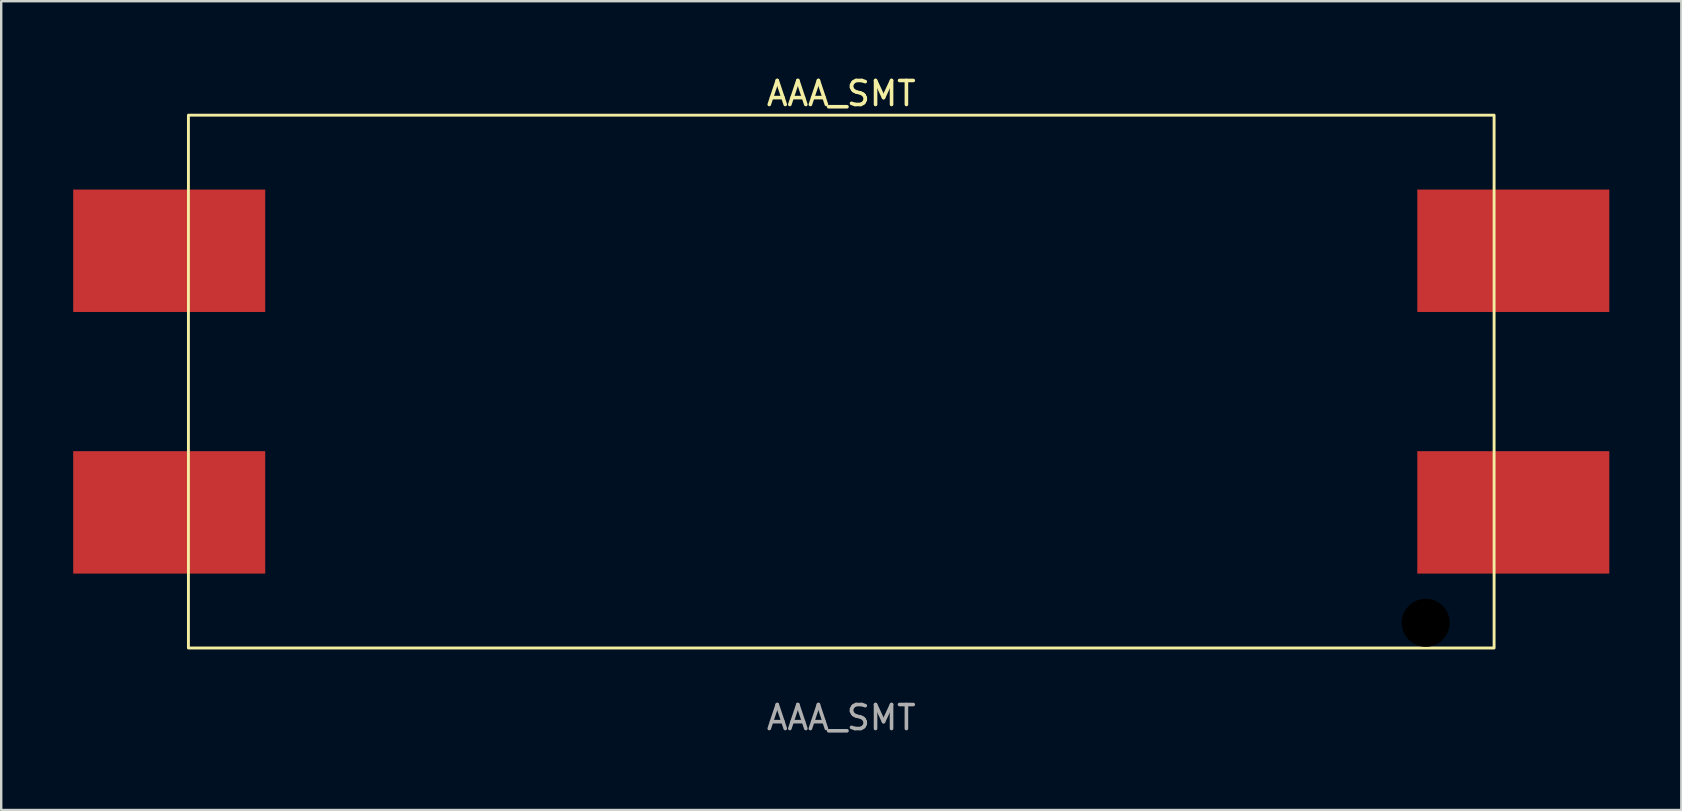
<source format=kicad_pcb>
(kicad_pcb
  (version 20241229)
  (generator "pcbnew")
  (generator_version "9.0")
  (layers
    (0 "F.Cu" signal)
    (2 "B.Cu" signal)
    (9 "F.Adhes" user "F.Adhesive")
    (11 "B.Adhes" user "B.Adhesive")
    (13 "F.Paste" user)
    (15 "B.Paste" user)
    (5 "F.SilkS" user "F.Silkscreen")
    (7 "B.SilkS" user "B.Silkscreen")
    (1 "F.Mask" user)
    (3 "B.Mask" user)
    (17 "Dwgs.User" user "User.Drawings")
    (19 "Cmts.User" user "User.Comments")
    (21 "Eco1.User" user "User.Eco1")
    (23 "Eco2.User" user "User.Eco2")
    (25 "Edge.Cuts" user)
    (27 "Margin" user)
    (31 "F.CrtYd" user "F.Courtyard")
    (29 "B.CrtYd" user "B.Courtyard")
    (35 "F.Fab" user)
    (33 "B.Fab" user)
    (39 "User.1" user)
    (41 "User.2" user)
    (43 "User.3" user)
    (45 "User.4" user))
  (footprint "AAA_SMT"
    (layer "F.Cu")
    (at 32 12.848)
    (property "Reference" "AAA_SMT" (at 0 -12 0) (unlocked yes) (layer "F.SilkS") (effects (font (size 1 1) (thickness 0.15))))
    (attr smd)
    (fp_rect (start -27.2 -11.1) (end 27.2 11.1) (stroke (width 0.12) (type solid)) (fill no) (layer "F.SilkS"))
    (fp_text user "${REFERENCE}" (at 0 14 0) (unlocked yes) (layer "F.Fab") (effects (font (size 1 1) (thickness 0.15))))
    (pad "" np_thru_hole circle (at 24.35 10.05) (size 2 2) (drill 2) (layers "*.Mask"))
    (pad "1" smd rect (at -28 5.45) (size 8 5.1) (layers "F.Cu" "F.Mask" "F.Paste"))
    (pad "2" smd rect (at -28 -5.45) (size 8 5.1) (layers "F.Cu" "F.Mask" "F.Paste"))
    (pad "3" smd rect (at 28 -5.45) (size 8 5.1) (layers "F.Cu" "F.Mask" "F.Paste"))
    (pad "3" smd rect (at 28 5.45) (size 8 5.1) (layers "F.Cu" "F.Mask" "F.Paste")))
  (gr_rect
    (start -3 -3)
    (end 67 30.697)
    (stroke (width 0.1) (type default))
    (fill no)
    (layer "Edge.Cuts")))
</source>
